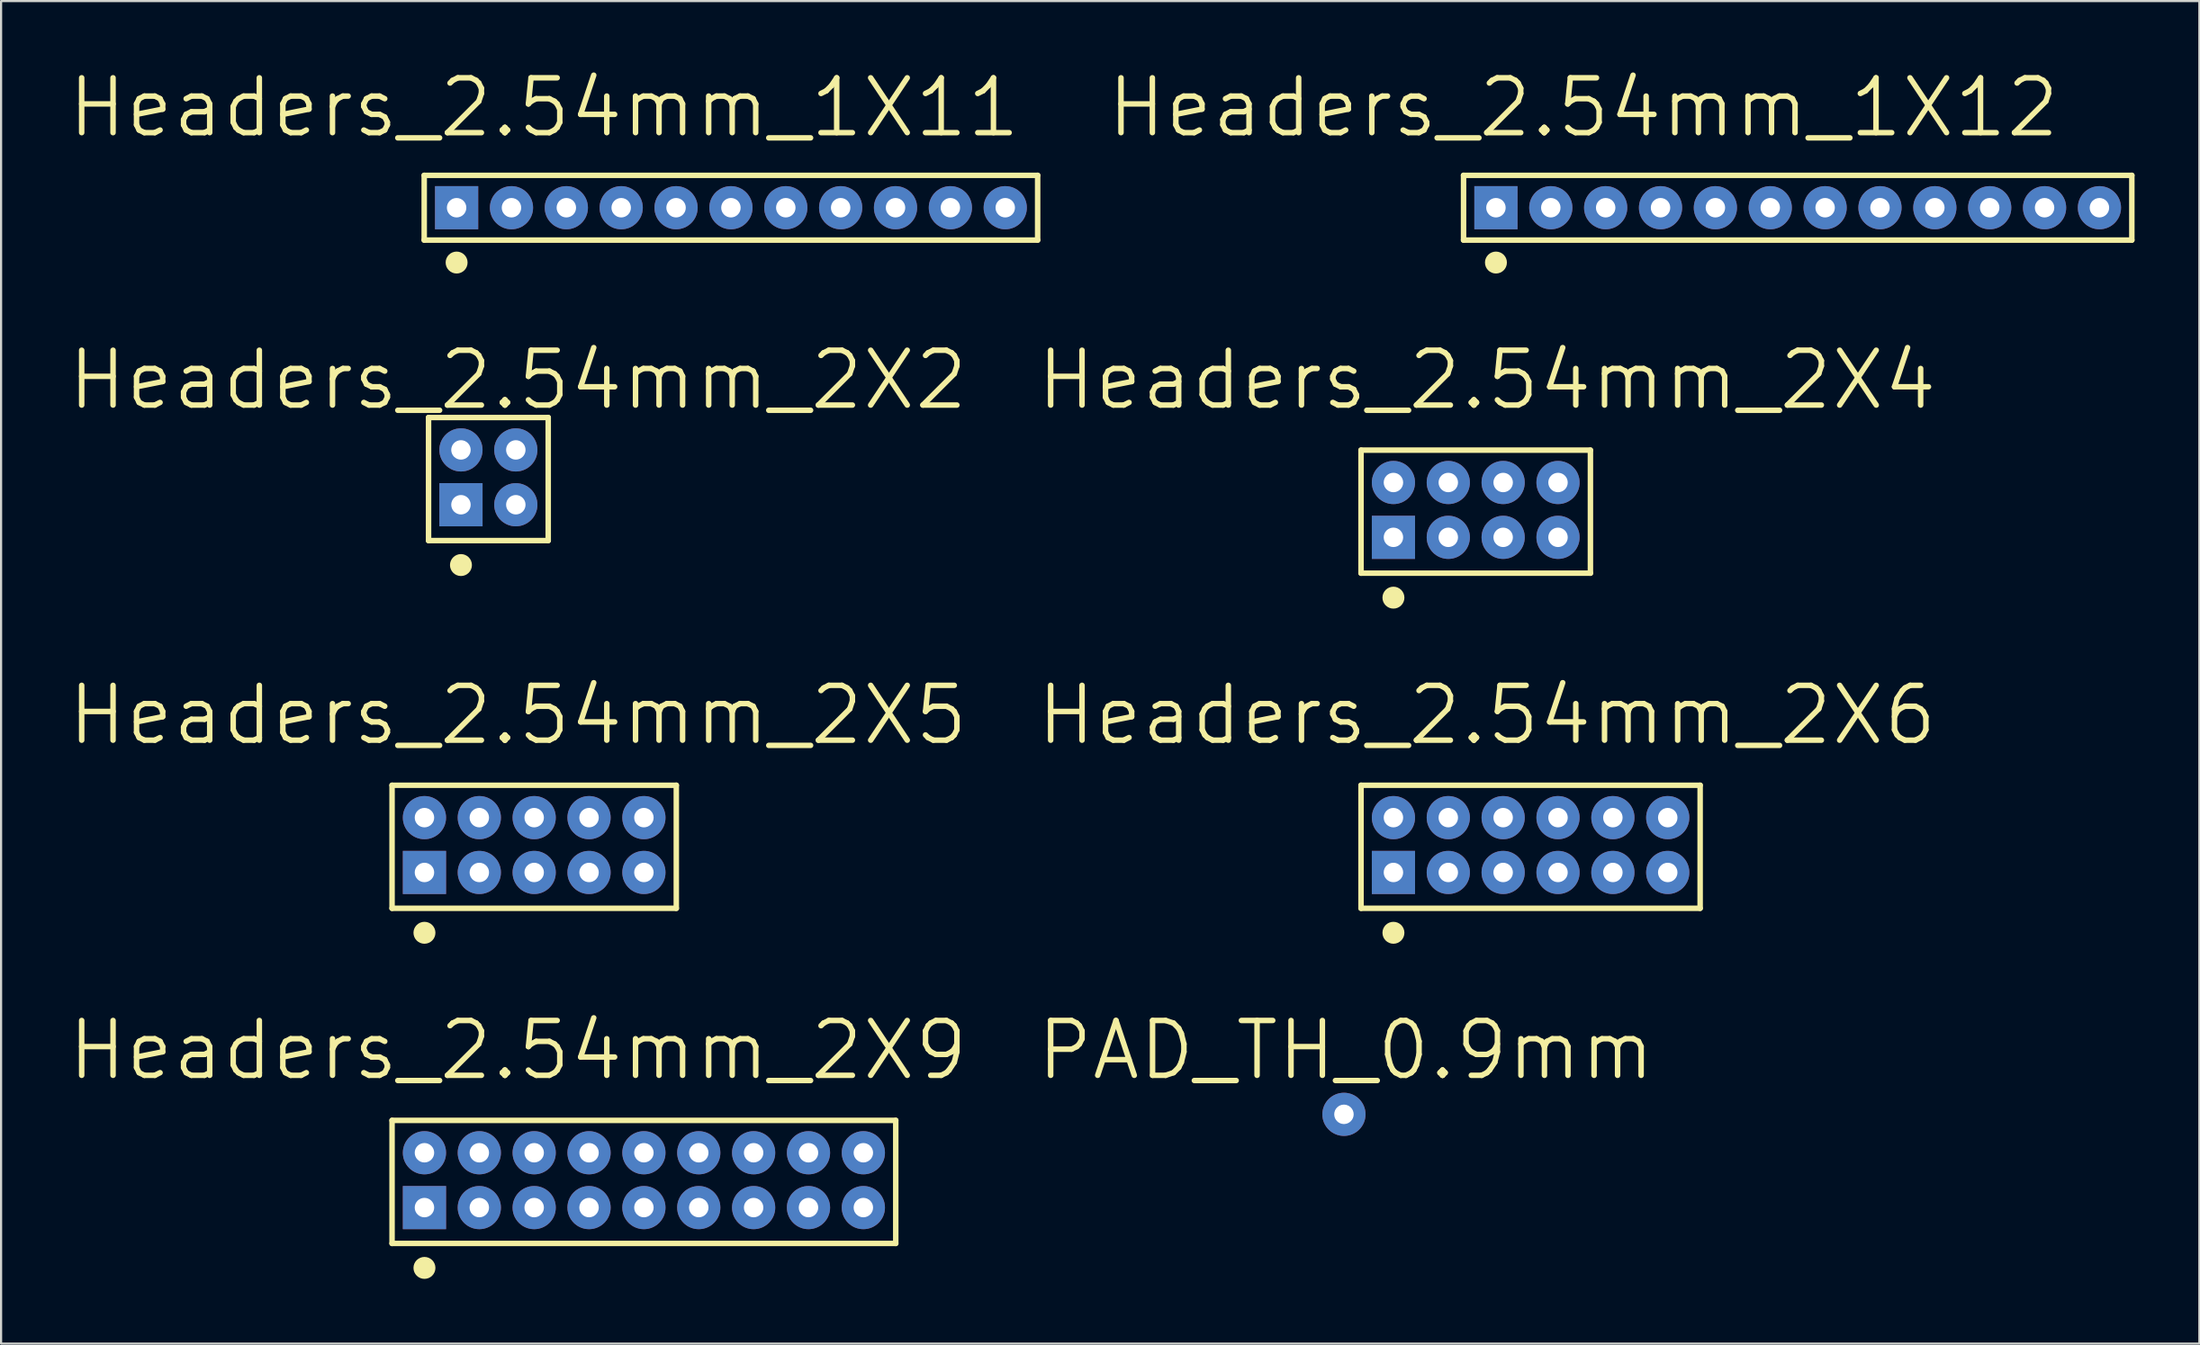
<source format=kicad_pcb>
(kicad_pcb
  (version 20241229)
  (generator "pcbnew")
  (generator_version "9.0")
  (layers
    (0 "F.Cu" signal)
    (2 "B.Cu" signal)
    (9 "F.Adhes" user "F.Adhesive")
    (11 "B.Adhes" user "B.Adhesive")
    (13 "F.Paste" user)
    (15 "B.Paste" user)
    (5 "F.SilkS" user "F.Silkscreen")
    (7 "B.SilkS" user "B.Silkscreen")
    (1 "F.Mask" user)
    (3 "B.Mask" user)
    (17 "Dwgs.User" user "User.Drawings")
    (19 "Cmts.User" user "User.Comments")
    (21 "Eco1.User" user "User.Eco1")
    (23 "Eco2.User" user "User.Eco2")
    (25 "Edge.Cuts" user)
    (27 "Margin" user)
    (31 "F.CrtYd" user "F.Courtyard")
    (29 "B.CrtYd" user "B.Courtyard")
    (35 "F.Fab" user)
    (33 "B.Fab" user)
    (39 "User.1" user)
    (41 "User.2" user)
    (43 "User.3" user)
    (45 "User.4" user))
  (footprint "PAD_TH_0.9mm"
    (layer "F.Cu")
    (at 59.171 48.569)
    (property "Reference" "PAD_TH_0.9mm" (at 0.09 -2.97 0) (layer "F.SilkS") (effects (font (size 2.54 2.54) (thickness 0.254))))
    (attr through_hole)
    (pad "1" thru_hole circle (at 0 0) (size 2 2) (drill 0.9) (layers "*.Cu" "*.Mask")))
  (footprint "Headers_2.54mm_1X12"
    (layer "F.Cu")
    (at 66.208 6.572)
    (property "Reference" "Headers_2.54mm_1X12" (at 4.05 -4.64 0) (layer "F.SilkS") (effects (font (size 2.54 2.54) (thickness 0.254))))
    (attr through_hole)
    (fp_line (start -1.5 -1.5) (end -1.5 1.5) (stroke (width 0.254) (type solid)) (layer "F.SilkS"))
    (fp_line (start -1.5 1.5) (end 29.44 1.5) (stroke (width 0.254) (type solid)) (layer "F.SilkS"))
    (fp_line (start 29.44 -1.5) (end -1.5 -1.5) (stroke (width 0.254) (type solid)) (layer "F.SilkS"))
    (fp_line (start 29.44 1.5) (end 29.44 -1.5) (stroke (width 0.254) (type solid)) (layer "F.SilkS"))
    (fp_circle (center 0 2.54) (end 0.254 2.54) (stroke (width 0.508) (type solid)) (fill no) (layer "F.SilkS"))
    (pad "1" thru_hole rect (at 0 0) (size 2 2) (drill 0.9) (layers "*.Cu" "*.Mask"))
    (pad "2" thru_hole circle (at 2.54 0) (size 2 2) (drill 0.9) (layers "*.Cu" "*.Mask"))
    (pad "3" thru_hole circle (at 5.08 0) (size 2 2) (drill 0.9) (layers "*.Cu" "*.Mask"))
    (pad "4" thru_hole circle (at 7.62 0) (size 2 2) (drill 0.9) (layers "*.Cu" "*.Mask"))
    (pad "5" thru_hole circle (at 10.16 0) (size 2 2) (drill 0.9) (layers "*.Cu" "*.Mask"))
    (pad "6" thru_hole circle (at 12.7 0) (size 2 2) (drill 0.9) (layers "*.Cu" "*.Mask"))
    (pad "7" thru_hole circle (at 15.24 0) (size 2 2) (drill 0.9) (layers "*.Cu" "*.Mask"))
    (pad "8" thru_hole circle (at 17.78 0) (size 2 2) (drill 0.9) (layers "*.Cu" "*.Mask"))
    (pad "9" thru_hole circle (at 20.32 0) (size 2 2) (drill 0.9) (layers "*.Cu" "*.Mask"))
    (pad "10" thru_hole circle (at 22.86 0) (size 2 2) (drill 0.9) (layers "*.Cu" "*.Mask"))
    (pad "11" thru_hole circle (at 25.4 0) (size 2 2) (drill 0.9) (layers "*.Cu" "*.Mask"))
    (pad "12" thru_hole circle (at 27.94 0) (size 2 2) (drill 0.9) (layers "*.Cu" "*.Mask")))
  (footprint "Headers_2.54mm_2X6"
    (layer "F.Cu")
    (at 61.462 34.825)
    (property "Reference" "Headers_2.54mm_2X6" (at 4.33 -4.75 0) (layer "F.SilkS") (effects (font (size 2.54 2.54) (thickness 0.254))))
    (attr through_hole)
    (fp_line (start -1.5 -1.5) (end -1.5 4.2) (stroke (width 0.254) (type solid)) (layer "F.SilkS"))
    (fp_line (start -1.5 4.2) (end 14.2 4.2) (stroke (width 0.254) (type solid)) (layer "F.SilkS"))
    (fp_line (start 14.2 -1.5) (end -1.5 -1.5) (stroke (width 0.254) (type solid)) (layer "F.SilkS"))
    (fp_line (start 14.2 4.2) (end 14.2 -1.5) (stroke (width 0.254) (type solid)) (layer "F.SilkS"))
    (fp_circle (center 0 5.334) (end 0.254 5.334) (stroke (width 0.508) (type solid)) (fill no) (layer "F.SilkS"))
    (pad "1" thru_hole rect (at 0 2.54) (size 2 2) (drill 0.9) (layers "*.Cu" "*.Mask"))
    (pad "2" thru_hole circle (at 0 0) (size 2 2) (drill 0.9) (layers "*.Cu" "*.Mask"))
    (pad "3" thru_hole circle (at 2.54 2.54) (size 2 2) (drill 0.9) (layers "*.Cu" "*.Mask"))
    (pad "4" thru_hole circle (at 2.54 0) (size 2 2) (drill 0.9) (layers "*.Cu" "*.Mask"))
    (pad "5" thru_hole circle (at 5.08 2.54) (size 2 2) (drill 0.9) (layers "*.Cu" "*.Mask"))
    (pad "6" thru_hole circle (at 5.08 0) (size 2 2) (drill 0.9) (layers "*.Cu" "*.Mask"))
    (pad "7" thru_hole circle (at 7.62 2.54) (size 2 2) (drill 0.9) (layers "*.Cu" "*.Mask"))
    (pad "8" thru_hole circle (at 7.62 0) (size 2 2) (drill 0.9) (layers "*.Cu" "*.Mask"))
    (pad "9" thru_hole circle (at 10.16 2.54) (size 2 2) (drill 0.9) (layers "*.Cu" "*.Mask"))
    (pad "10" thru_hole circle (at 10.16 0) (size 2 2) (drill 0.9) (layers "*.Cu" "*.Mask"))
    (pad "11" thru_hole circle (at 12.7 2.54) (size 2 2) (drill 0.9) (layers "*.Cu" "*.Mask"))
    (pad "12" thru_hole circle (at 12.7 0) (size 2 2) (drill 0.9) (layers "*.Cu" "*.Mask")))
  (footprint "Headers_2.54mm_2X9"
    (layer "F.Cu")
    (at 16.601 50.349)
    (property "Reference" "Headers_2.54mm_2X9" (at 4.33 -4.75 0) (layer "F.SilkS") (effects (font (size 2.54 2.54) (thickness 0.254))))
    (attr through_hole)
    (fp_line (start -1.5 -1.5) (end -1.5 4.2) (stroke (width 0.254) (type solid)) (layer "F.SilkS"))
    (fp_line (start -1.5 4.2) (end 21.82 4.2) (stroke (width 0.254) (type solid)) (layer "F.SilkS"))
    (fp_line (start 21.82 -1.5) (end -1.5 -1.5) (stroke (width 0.254) (type solid)) (layer "F.SilkS"))
    (fp_line (start 21.82 4.2) (end 21.82 -1.5) (stroke (width 0.254) (type solid)) (layer "F.SilkS"))
    (fp_circle (center 0 5.334) (end 0.254 5.334) (stroke (width 0.508) (type solid)) (fill no) (layer "F.SilkS"))
    (pad "1" thru_hole rect (at 0 2.54) (size 2 2) (drill 0.9) (layers "*.Cu" "*.Mask"))
    (pad "2" thru_hole circle (at 0 0) (size 2 2) (drill 0.9) (layers "*.Cu" "*.Mask"))
    (pad "3" thru_hole circle (at 2.54 2.54) (size 2 2) (drill 0.9) (layers "*.Cu" "*.Mask"))
    (pad "4" thru_hole circle (at 2.54 0) (size 2 2) (drill 0.9) (layers "*.Cu" "*.Mask"))
    (pad "5" thru_hole circle (at 5.08 2.54) (size 2 2) (drill 0.9) (layers "*.Cu" "*.Mask"))
    (pad "6" thru_hole circle (at 5.08 0) (size 2 2) (drill 0.9) (layers "*.Cu" "*.Mask"))
    (pad "7" thru_hole circle (at 7.62 2.54) (size 2 2) (drill 0.9) (layers "*.Cu" "*.Mask"))
    (pad "8" thru_hole circle (at 7.62 0) (size 2 2) (drill 0.9) (layers "*.Cu" "*.Mask"))
    (pad "9" thru_hole circle (at 10.16 2.54) (size 2 2) (drill 0.9) (layers "*.Cu" "*.Mask"))
    (pad "10" thru_hole circle (at 10.16 0) (size 2 2) (drill 0.9) (layers "*.Cu" "*.Mask"))
    (pad "11" thru_hole circle (at 12.7 2.54) (size 2 2) (drill 0.9) (layers "*.Cu" "*.Mask"))
    (pad "12" thru_hole circle (at 12.7 0) (size 2 2) (drill 0.9) (layers "*.Cu" "*.Mask"))
    (pad "13" thru_hole circle (at 15.24 2.54) (size 2 2) (drill 0.9) (layers "*.Cu" "*.Mask"))
    (pad "14" thru_hole circle (at 15.24 0) (size 2 2) (drill 0.9) (layers "*.Cu" "*.Mask"))
    (pad "15" thru_hole circle (at 17.78 2.54) (size 2 2) (drill 0.9) (layers "*.Cu" "*.Mask"))
    (pad "16" thru_hole circle (at 17.78 0) (size 2 2) (drill 0.9) (layers "*.Cu" "*.Mask"))
    (pad "17" thru_hole circle (at 20.32 2.54) (size 2 2) (drill 0.9) (layers "*.Cu" "*.Mask"))
    (pad "18" thru_hole circle (at 20.32 0) (size 2 2) (drill 0.9) (layers "*.Cu" "*.Mask")))
  (footprint "Headers_2.54mm_2X5"
    (layer "F.Cu")
    (at 16.601 34.825)
    (property "Reference" "Headers_2.54mm_2X5" (at 4.33 -4.75 0) (layer "F.SilkS") (effects (font (size 2.54 2.54) (thickness 0.254))))
    (attr through_hole)
    (fp_line (start -1.5 -1.5) (end -1.5 4.2) (stroke (width 0.254) (type solid)) (layer "F.SilkS"))
    (fp_line (start -1.5 4.2) (end 11.66 4.2) (stroke (width 0.254) (type solid)) (layer "F.SilkS"))
    (fp_line (start 11.66 -1.5) (end -1.5 -1.5) (stroke (width 0.254) (type solid)) (layer "F.SilkS"))
    (fp_line (start 11.66 4.2) (end 11.66 -1.5) (stroke (width 0.254) (type solid)) (layer "F.SilkS"))
    (fp_circle (center 0 5.334) (end 0.254 5.334) (stroke (width 0.508) (type solid)) (fill no) (layer "F.SilkS"))
    (pad "1" thru_hole rect (at 0 2.54) (size 2 2) (drill 0.9) (layers "*.Cu" "*.Mask"))
    (pad "2" thru_hole circle (at 0 0) (size 2 2) (drill 0.9) (layers "*.Cu" "*.Mask"))
    (pad "3" thru_hole circle (at 2.54 2.54) (size 2 2) (drill 0.9) (layers "*.Cu" "*.Mask"))
    (pad "4" thru_hole circle (at 2.54 0) (size 2 2) (drill 0.9) (layers "*.Cu" "*.Mask"))
    (pad "5" thru_hole circle (at 5.08 2.54) (size 2 2) (drill 0.9) (layers "*.Cu" "*.Mask"))
    (pad "6" thru_hole circle (at 5.08 0) (size 2 2) (drill 0.9) (layers "*.Cu" "*.Mask"))
    (pad "7" thru_hole circle (at 7.62 2.54) (size 2 2) (drill 0.9) (layers "*.Cu" "*.Mask"))
    (pad "8" thru_hole circle (at 7.62 0) (size 2 2) (drill 0.9) (layers "*.Cu" "*.Mask"))
    (pad "9" thru_hole circle (at 10.16 2.54) (size 2 2) (drill 0.9) (layers "*.Cu" "*.Mask"))
    (pad "10" thru_hole circle (at 10.16 0) (size 2 2) (drill 0.9) (layers "*.Cu" "*.Mask")))
  (footprint "Headers_2.54mm_2X4"
    (layer "F.Cu")
    (at 61.462 19.301)
    (property "Reference" "Headers_2.54mm_2X4" (at 4.33 -4.75 0) (layer "F.SilkS") (effects (font (size 2.54 2.54) (thickness 0.254))))
    (attr through_hole)
    (fp_line (start -1.5 -1.5) (end -1.5 4.2) (stroke (width 0.254) (type solid)) (layer "F.SilkS"))
    (fp_line (start -1.5 -1.5) (end 9.12 -1.5) (stroke (width 0.254) (type solid)) (layer "F.SilkS"))
    (fp_line (start -1.5 4.2) (end 9.12 4.2) (stroke (width 0.254) (type solid)) (layer "F.SilkS"))
    (fp_line (start 9.12 -1.5) (end 9.12 4.2) (stroke (width 0.254) (type solid)) (layer "F.SilkS"))
    (fp_circle (center 0 5.334) (end 0.254 5.334) (stroke (width 0.508) (type solid)) (fill no) (layer "F.SilkS"))
    (pad "1" thru_hole rect (at 0 2.54) (size 2 2) (drill 0.9) (layers "*.Cu" "*.Mask"))
    (pad "2" thru_hole circle (at 0 0) (size 2 2) (drill 0.9) (layers "*.Cu" "*.Mask"))
    (pad "3" thru_hole circle (at 2.54 2.54) (size 2 2) (drill 0.9) (layers "*.Cu" "*.Mask"))
    (pad "4" thru_hole circle (at 2.54 0) (size 2 2) (drill 0.9) (layers "*.Cu" "*.Mask"))
    (pad "5" thru_hole circle (at 5.08 2.54) (size 2 2) (drill 0.9) (layers "*.Cu" "*.Mask"))
    (pad "6" thru_hole circle (at 5.08 0) (size 2 2) (drill 0.9) (layers "*.Cu" "*.Mask"))
    (pad "7" thru_hole circle (at 7.62 2.54) (size 2 2) (drill 0.9) (layers "*.Cu" "*.Mask"))
    (pad "8" thru_hole circle (at 7.62 0) (size 2 2) (drill 0.9) (layers "*.Cu" "*.Mask")))
  (footprint "Headers_2.54mm_2X2"
    (layer "F.Cu")
    (at 18.291 17.791)
    (property "Reference" "Headers_2.54mm_2X2" (at 2.64 -3.24 0) (layer "F.SilkS") (effects (font (size 2.54 2.54) (thickness 0.254))))
    (attr through_hole)
    (fp_line (start -1.5 -1.5) (end 4.04 -1.5) (stroke (width 0.254) (type solid)) (layer "F.SilkS"))
    (fp_line (start -1.5 4.2) (end -1.5 -1.5) (stroke (width 0.254) (type solid)) (layer "F.SilkS"))
    (fp_line (start -1.5 4.2) (end 4.04 4.2) (stroke (width 0.254) (type solid)) (layer "F.SilkS"))
    (fp_line (start 4.04 -1.5) (end 4.04 4.2) (stroke (width 0.254) (type solid)) (layer "F.SilkS"))
    (fp_circle (center 0 5.334) (end 0.254 5.334) (stroke (width 0.508) (type solid)) (fill no) (layer "F.SilkS"))
    (pad "1" thru_hole rect (at 0 2.54) (size 2 2) (drill 0.9) (layers "*.Cu" "*.Mask"))
    (pad "2" thru_hole circle (at 0 0) (size 2 2) (drill 0.9) (layers "*.Cu" "*.Mask"))
    (pad "3" thru_hole circle (at 2.54 2.54) (size 2 2) (drill 0.9) (layers "*.Cu" "*.Mask"))
    (pad "4" thru_hole circle (at 2.54 0) (size 2 2) (drill 0.9) (layers "*.Cu" "*.Mask")))
  (footprint "Headers_2.54mm_1X11"
    (layer "F.Cu")
    (at 18.09 6.572)
    (property "Reference" "Headers_2.54mm_1X11" (at 4.05 -4.64 0) (layer "F.SilkS") (effects (font (size 2.54 2.54) (thickness 0.254))))
    (attr through_hole)
    (fp_line (start -1.5 -1.5) (end -1.5 1.5) (stroke (width 0.254) (type solid)) (layer "F.SilkS"))
    (fp_line (start -1.5 1.5) (end 26.9 1.5) (stroke (width 0.254) (type solid)) (layer "F.SilkS"))
    (fp_line (start 26.9 -1.5) (end -1.5 -1.5) (stroke (width 0.254) (type solid)) (layer "F.SilkS"))
    (fp_line (start 26.9 1.5) (end 26.9 -1.5) (stroke (width 0.254) (type solid)) (layer "F.SilkS"))
    (fp_circle (center 0 2.54) (end 0.254 2.54) (stroke (width 0.508) (type solid)) (fill no) (layer "F.SilkS"))
    (pad "1" thru_hole rect (at 0 0) (size 2 2) (drill 0.9) (layers "*.Cu" "*.Mask"))
    (pad "2" thru_hole circle (at 2.54 0) (size 2 2) (drill 0.9) (layers "*.Cu" "*.Mask"))
    (pad "3" thru_hole circle (at 5.08 0) (size 2 2) (drill 0.9) (layers "*.Cu" "*.Mask"))
    (pad "4" thru_hole circle (at 7.62 0) (size 2 2) (drill 0.9) (layers "*.Cu" "*.Mask"))
    (pad "5" thru_hole circle (at 10.16 0) (size 2 2) (drill 0.9) (layers "*.Cu" "*.Mask"))
    (pad "6" thru_hole circle (at 12.7 0) (size 2 2) (drill 0.9) (layers "*.Cu" "*.Mask"))
    (pad "7" thru_hole circle (at 15.24 0) (size 2 2) (drill 0.9) (layers "*.Cu" "*.Mask"))
    (pad "8" thru_hole circle (at 17.78 0) (size 2 2) (drill 0.9) (layers "*.Cu" "*.Mask"))
    (pad "9" thru_hole circle (at 20.32 0) (size 2 2) (drill 0.9) (layers "*.Cu" "*.Mask"))
    (pad "10" thru_hole circle (at 22.86 0) (size 2 2) (drill 0.9) (layers "*.Cu" "*.Mask"))
    (pad "11" thru_hole circle (at 25.4 0) (size 2 2) (drill 0.9) (layers "*.Cu" "*.Mask")))
  (gr_rect
    (start -3 -3)
    (end 98.775 59.191)
    (stroke (width 0.1) (type default))
    (fill no)
    (layer "Edge.Cuts")))
</source>
